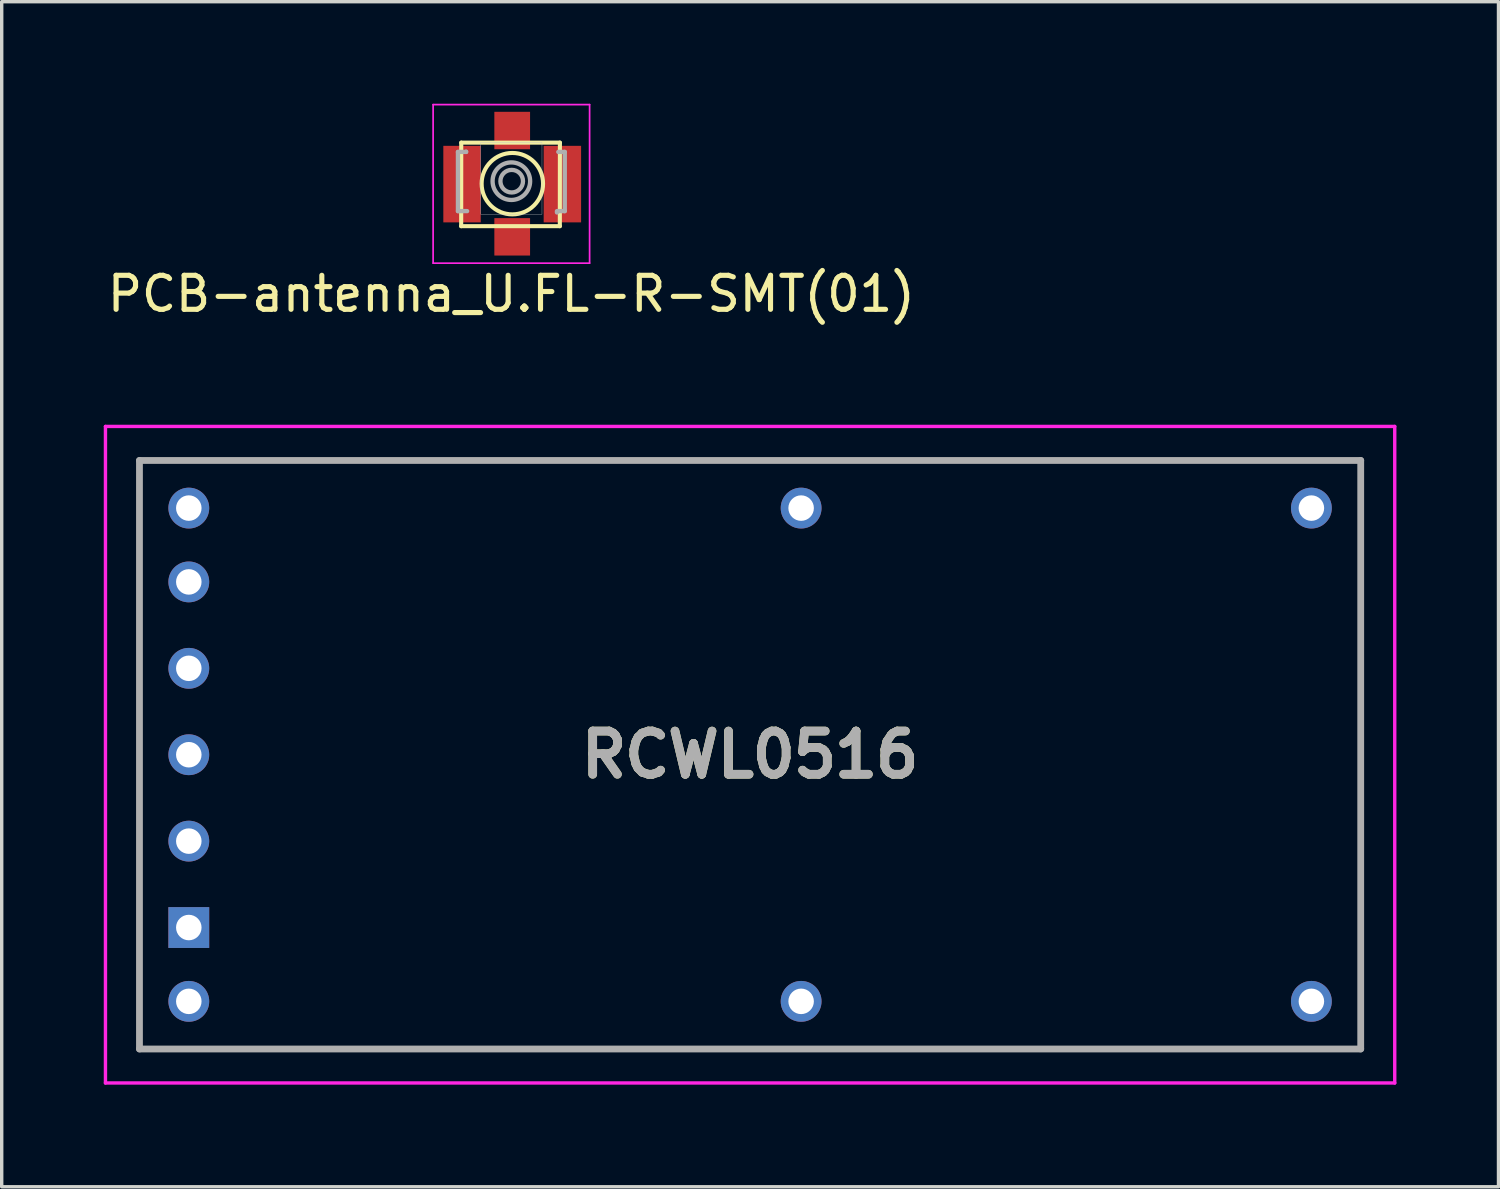
<source format=kicad_pcb>
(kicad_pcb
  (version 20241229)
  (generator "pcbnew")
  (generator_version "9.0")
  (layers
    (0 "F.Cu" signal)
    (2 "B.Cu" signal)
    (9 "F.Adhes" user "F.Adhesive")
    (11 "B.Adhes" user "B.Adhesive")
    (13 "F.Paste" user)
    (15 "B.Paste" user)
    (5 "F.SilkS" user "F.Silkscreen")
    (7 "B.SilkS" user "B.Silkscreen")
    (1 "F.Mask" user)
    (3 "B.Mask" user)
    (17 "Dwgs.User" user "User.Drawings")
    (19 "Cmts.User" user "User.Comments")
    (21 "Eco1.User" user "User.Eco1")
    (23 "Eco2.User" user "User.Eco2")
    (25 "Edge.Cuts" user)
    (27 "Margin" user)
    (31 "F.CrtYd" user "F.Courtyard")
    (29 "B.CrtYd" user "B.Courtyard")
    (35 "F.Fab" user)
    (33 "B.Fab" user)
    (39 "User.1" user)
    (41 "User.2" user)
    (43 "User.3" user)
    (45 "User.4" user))
  (footprint "RCWL0516"
    (layer "F.Cu")
    (at 2.5 24.216)
    (property "Reference" "RCWL0516" (at 16.5 -5.08 0) (layer "F.SilkS") (effects (font (size 1.27 1.27) (thickness 0.254))))
    (attr through_hole)
    (fp_line (start -1.45 -13.73) (end 34.45 -13.73) (stroke (width 0.1) (type solid)) (layer "F.SilkS"))
    (fp_line (start -1.45 3.57) (end -1.45 -13.73) (stroke (width 0.1) (type solid)) (layer "F.SilkS"))
    (fp_line (start 34.45 -13.73) (end 34.45 3.57) (stroke (width 0.1) (type solid)) (layer "F.SilkS"))
    (fp_line (start 34.45 3.57) (end -1.45 3.57) (stroke (width 0.1) (type solid)) (layer "F.SilkS"))
    (fp_line (start -2.45 -14.73) (end 35.45 -14.73) (stroke (width 0.1) (type solid)) (layer "F.CrtYd"))
    (fp_line (start -2.45 4.57) (end -2.45 -14.73) (stroke (width 0.1) (type solid)) (layer "F.CrtYd"))
    (fp_line (start 35.45 -14.73) (end 35.45 4.57) (stroke (width 0.1) (type solid)) (layer "F.CrtYd"))
    (fp_line (start 35.45 4.57) (end -2.45 4.57) (stroke (width 0.1) (type solid)) (layer "F.CrtYd"))
    (fp_line (start -1.45 -13.73) (end 34.45 -13.73) (stroke (width 0.2) (type solid)) (layer "F.Fab"))
    (fp_line (start -1.45 3.57) (end -1.45 -13.73) (stroke (width 0.2) (type solid)) (layer "F.Fab"))
    (fp_line (start 34.45 -13.73) (end 34.45 3.57) (stroke (width 0.2) (type solid)) (layer "F.Fab"))
    (fp_line (start 34.45 3.57) (end -1.45 3.57) (stroke (width 0.2) (type solid)) (layer "F.Fab"))
    (fp_text user "${REFERENCE}" (at 16.5 -5.08 0) (layer "F.Fab") (effects (font (size 1.27 1.27) (thickness 0.254))))
    (pad "1" thru_hole rect (at 0 0) (size 1.2 1.2) (drill 0.75) (layers "*.Cu" "*.Mask"))
    (pad "2" thru_hole circle (at 0 -2.54) (size 1.2 1.2) (drill 0.75) (layers "*.Cu" "*.Mask"))
    (pad "3" thru_hole circle (at 0 -5.08) (size 1.2 1.2) (drill 0.75) (layers "*.Cu" "*.Mask"))
    (pad "4" thru_hole circle (at 0 -7.62) (size 1.2 1.2) (drill 0.75) (layers "*.Cu" "*.Mask"))
    (pad "5" thru_hole circle (at 0 -10.16) (size 1.2 1.2) (drill 0.75) (layers "*.Cu" "*.Mask"))
    (pad "MH1" thru_hole circle (at 0 2.17) (size 1.2 1.2) (drill 0.75) (layers "*.Cu" "*.Mask"))
    (pad "MH2" thru_hole circle (at 0 -12.33) (size 1.2 1.2) (drill 0.75) (layers "*.Cu" "*.Mask"))
    (pad "MH3" thru_hole circle (at 18 -12.33) (size 1.2 1.2) (drill 0.75) (layers "*.Cu" "*.Mask"))
    (pad "MH4" thru_hole circle (at 18 2.17) (size 1.2 1.2) (drill 0.75) (layers "*.Cu" "*.Mask"))
    (pad "MH5" thru_hole circle (at 33 2.17) (size 1.2 1.2) (drill 0.75) (layers "*.Cu" "*.Mask"))
    (pad "MH6" thru_hole circle (at 33 -12.33) (size 1.2 1.2) (drill 0.75) (layers "*.Cu" "*.Mask")))
  (footprint "PCB-antenna_U.FL-R-SMT(01)"
    (layer "F.Cu")
    (at 11.982 2.286)
    (property "Reference" "PCB-antenna_U.FL-R-SMT(01)" (at 0 3.302 0) (layer "F.SilkS") (effects (font (size 1 1) (thickness 0.15))))
    (attr through_hole)
    (fp_line (start -1.473 -1.143) (end -1.475 1.313) (stroke (width 0.12) (type solid)) (layer "F.SilkS"))
    (fp_line (start -1.473 -1.143) (end 1.427 -1.143) (stroke (width 0.12) (type solid)) (layer "F.SilkS"))
    (fp_line (start 1.425 1.313) (end -1.475 1.313) (stroke (width 0.12) (type solid)) (layer "F.SilkS"))
    (fp_line (start 1.427 -1.143) (end 1.425 1.313) (stroke (width 0.12) (type solid)) (layer "F.SilkS"))
    (fp_circle (center 0.029 0.063) (end 0.599 0.763) (stroke (width 0.12) (type solid)) (fill no) (layer "F.SilkS"))
    (fp_poly (pts (xy -0.903 -1.15) (xy 0.9 -1.15) (xy 0.9 0.963) (xy -0.903 0.963)) (stroke (width 0.01) (type solid)) (fill no) (layer "Dwgs.User"))
    (fp_line (start -2.3 -2.261) (end -2.3 2.4) (stroke (width 0.05) (type solid)) (layer "F.CrtYd"))
    (fp_line (start -2.3 -2.261) (end 2.3 -2.261) (stroke (width 0.05) (type solid)) (layer "F.CrtYd"))
    (fp_line (start -2.3 2.4) (end 2.3 2.4) (stroke (width 0.05) (type solid)) (layer "F.CrtYd"))
    (fp_line (start 2.3 2.4) (end 2.3 -2.261) (stroke (width 0.05) (type solid)) (layer "F.CrtYd"))
    (fp_line (start -1.57 -0.87) (end -1.57 0.87) (stroke (width 0.127) (type solid)) (layer "F.Fab"))
    (fp_line (start -1.57 -0.87) (end -1.33 -0.87) (stroke (width 0.127) (type solid)) (layer "F.Fab"))
    (fp_line (start -1.57 0.87) (end -1.3 0.87) (stroke (width 0.127) (type solid)) (layer "F.Fab"))
    (fp_line (start -1.33 -0.87) (end -1.33 -0.88) (stroke (width 0.127) (type solid)) (layer "F.Fab"))
    (fp_line (start 1.34 0.9) (end 1.34 0.91) (stroke (width 0.127) (type solid)) (layer "F.Fab"))
    (fp_line (start 1.38 -0.87) (end 1.57 -0.87) (stroke (width 0.127) (type solid)) (layer "F.Fab"))
    (fp_line (start 1.57 -0.87) (end 1.57 0.87) (stroke (width 0.127) (type solid)) (layer "F.Fab"))
    (fp_line (start 1.57 0.87) (end 1.34 0.87) (stroke (width 0.127) (type solid)) (layer "F.Fab"))
    (fp_circle (center 0 -0.01) (end 0.552 -0.01) (stroke (width 0.127) (type solid)) (fill no) (layer "F.Fab"))
    (fp_circle (center 0.01 -0.01) (end 0.342 -0.01) (stroke (width 0.127) (type solid)) (fill no) (layer "F.Fab"))
    (pad "1" smd rect (at -1.45 0.076) (size 1.1 2.25) (layers "F.Cu" "F.Mask" "F.Paste"))
    (pad "2" smd rect (at 1.5 0.076) (size 1.1 2.25) (layers "F.Cu" "F.Mask" "F.Paste"))
    (pad "3" smd rect (at 0.025 -1.499) (size 1.05 1.1) (layers "F.Cu" "F.Mask" "F.Paste"))
    (pad "3" smd rect (at 0.025 1.626) (size 1.05 1.1) (layers "F.Cu" "F.Mask" "F.Paste")))
  (gr_rect
    (start -3 -3)
    (end 41 31.836)
    (stroke (width 0.1) (type default))
    (fill no)
    (layer "Edge.Cuts")))
</source>
